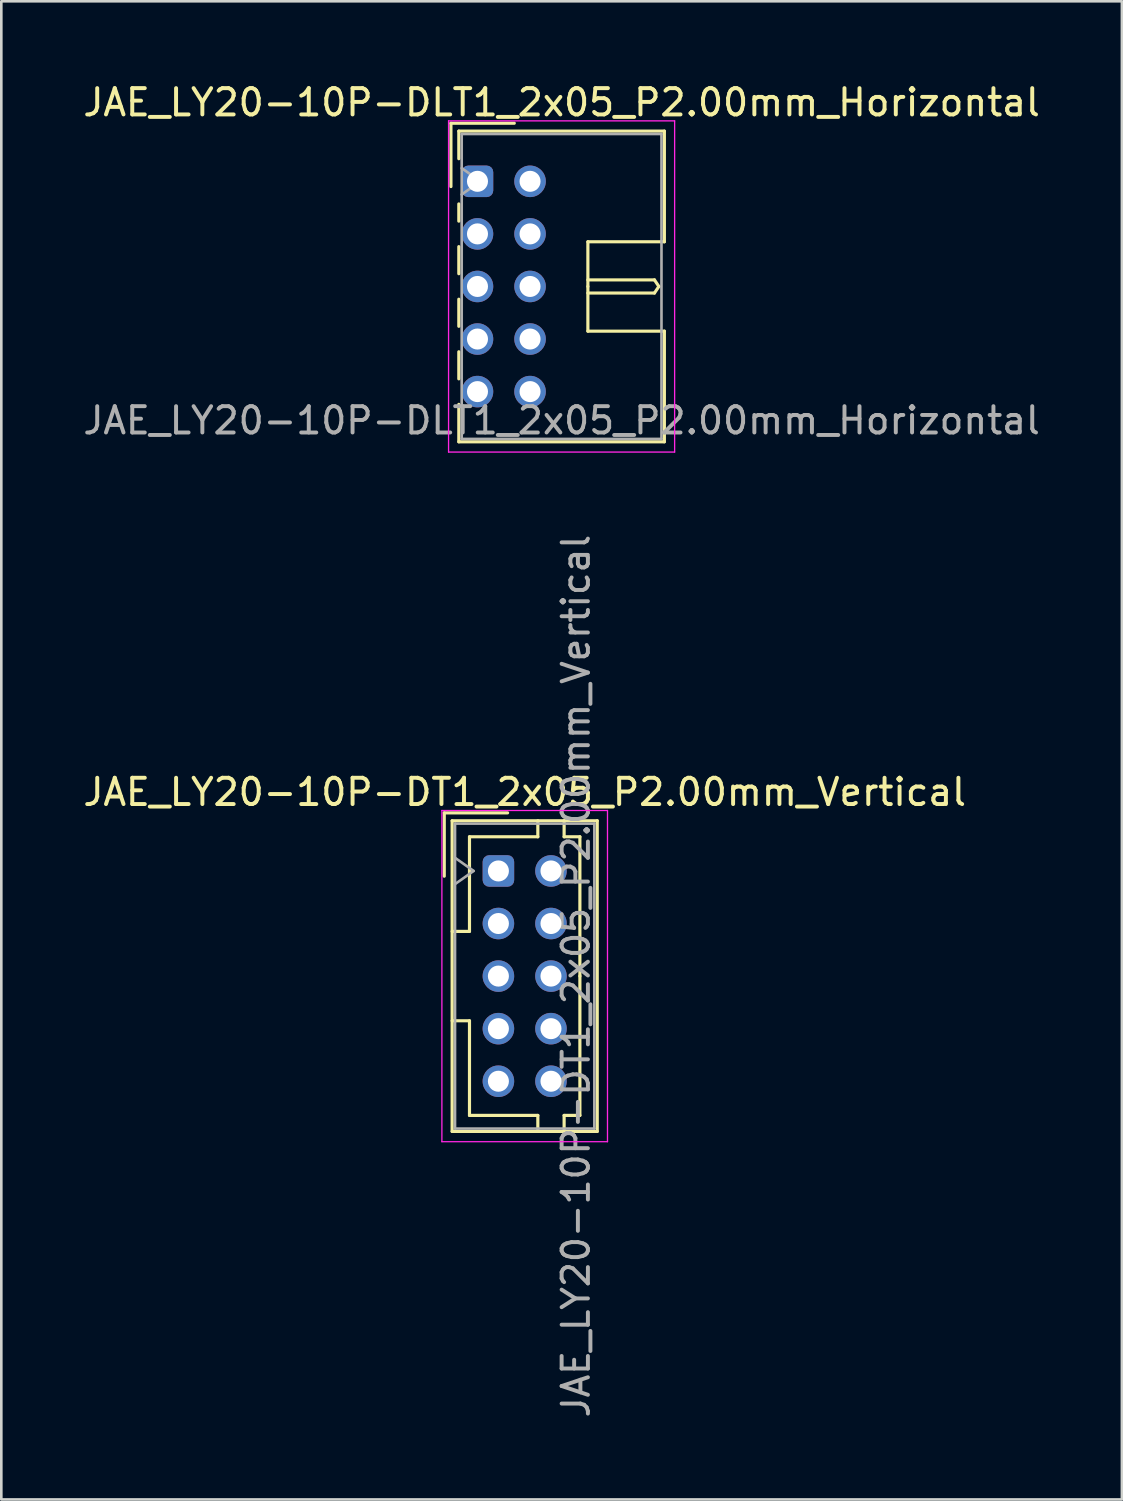
<source format=kicad_pcb>
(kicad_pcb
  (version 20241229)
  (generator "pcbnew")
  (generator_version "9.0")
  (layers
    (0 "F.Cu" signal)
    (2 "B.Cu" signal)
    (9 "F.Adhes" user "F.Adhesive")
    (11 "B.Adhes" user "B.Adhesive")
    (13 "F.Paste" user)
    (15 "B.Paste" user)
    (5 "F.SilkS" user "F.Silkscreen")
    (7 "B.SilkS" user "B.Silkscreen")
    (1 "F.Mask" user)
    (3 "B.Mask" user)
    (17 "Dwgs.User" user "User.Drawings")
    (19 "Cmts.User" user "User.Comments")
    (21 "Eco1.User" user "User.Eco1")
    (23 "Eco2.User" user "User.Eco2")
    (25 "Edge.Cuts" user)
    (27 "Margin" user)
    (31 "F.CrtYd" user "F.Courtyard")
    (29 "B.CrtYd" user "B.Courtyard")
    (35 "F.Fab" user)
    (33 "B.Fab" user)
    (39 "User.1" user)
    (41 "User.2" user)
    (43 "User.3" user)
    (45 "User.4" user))
  (footprint "JAE_LY20-10P-DLT1_2x05_P2.00mm_Horizontal"
    (layer "F.Cu")
    (at 15.115 3.848)
    (property "Reference" "JAE_LY20-10P-DLT1_2x05_P2.00mm_Horizontal" (at 3.2 -3 0) (layer "F.SilkS") (effects (font (size 1 1) (thickness 0.15))))
    (attr through_hole)
    (fp_line (start -1.01 -2.21) (end -1.01 0.2) (stroke (width 0.12) (type solid)) (layer "F.SilkS"))
    (fp_line (start -0.71 -1.91) (end -0.71 -0.86) (stroke (width 0.12) (type solid)) (layer "F.SilkS"))
    (fp_line (start -0.71 -1.91) (end 7.11 -1.91) (stroke (width 0.12) (type solid)) (layer "F.SilkS"))
    (fp_line (start -0.71 0.86) (end -0.71 1.515) (stroke (width 0.12) (type solid)) (layer "F.SilkS"))
    (fp_line (start -0.71 2.485) (end -0.71 3.515) (stroke (width 0.12) (type solid)) (layer "F.SilkS"))
    (fp_line (start -0.71 4.485) (end -0.71 5.515) (stroke (width 0.12) (type solid)) (layer "F.SilkS"))
    (fp_line (start -0.71 6.485) (end -0.71 7.515) (stroke (width 0.12) (type solid)) (layer "F.SilkS"))
    (fp_line (start -0.71 8.485) (end -0.71 9.91) (stroke (width 0.12) (type solid)) (layer "F.SilkS"))
    (fp_line (start -0.71 9.91) (end 7.11 9.91) (stroke (width 0.12) (type solid)) (layer "F.SilkS"))
    (fp_line (start 1.4 -2.21) (end -1.01 -2.21) (stroke (width 0.12) (type solid)) (layer "F.SilkS"))
    (fp_line (start 4.2 2.3) (end 4.2 4) (stroke (width 0.12) (type solid)) (layer "F.SilkS"))
    (fp_line (start 4.2 3.75) (end 6.733 3.75) (stroke (width 0.12) (type solid)) (layer "F.SilkS"))
    (fp_line (start 4.2 5.7) (end 4.2 4) (stroke (width 0.12) (type solid)) (layer "F.SilkS"))
    (fp_line (start 6.733 3.75) (end 6.9 4) (stroke (width 0.12) (type solid)) (layer "F.SilkS"))
    (fp_line (start 6.733 4.25) (end 4.2 4.25) (stroke (width 0.12) (type solid)) (layer "F.SilkS"))
    (fp_line (start 6.9 4) (end 6.733 4.25) (stroke (width 0.12) (type solid)) (layer "F.SilkS"))
    (fp_line (start 7.11 -1.91) (end 7.11 2.3) (stroke (width 0.12) (type solid)) (layer "F.SilkS"))
    (fp_line (start 7.11 2.3) (end 4.2 2.3) (stroke (width 0.12) (type solid)) (layer "F.SilkS"))
    (fp_line (start 7.11 5.7) (end 4.2 5.7) (stroke (width 0.12) (type solid)) (layer "F.SilkS"))
    (fp_line (start 7.11 9.91) (end 7.11 5.7) (stroke (width 0.12) (type solid)) (layer "F.SilkS"))
    (fp_line (start -1.1 -2.3) (end -1.1 10.3) (stroke (width 0.05) (type solid)) (layer "F.CrtYd"))
    (fp_line (start -1.1 10.3) (end 7.5 10.3) (stroke (width 0.05) (type solid)) (layer "F.CrtYd"))
    (fp_line (start 7.5 -2.3) (end -1.1 -2.3) (stroke (width 0.05) (type solid)) (layer "F.CrtYd"))
    (fp_line (start 7.5 10.3) (end 7.5 -2.3) (stroke (width 0.05) (type solid)) (layer "F.CrtYd"))
    (fp_line (start -0.6 -1.8) (end -0.6 9.8) (stroke (width 0.1) (type solid)) (layer "F.Fab"))
    (fp_line (start -0.6 0.5) (end 0.107 0) (stroke (width 0.1) (type solid)) (layer "F.Fab"))
    (fp_line (start -0.6 9.8) (end 7 9.8) (stroke (width 0.1) (type solid)) (layer "F.Fab"))
    (fp_line (start 0.107 0) (end -0.6 -0.5) (stroke (width 0.1) (type solid)) (layer "F.Fab"))
    (fp_line (start 7 -1.8) (end -0.6 -1.8) (stroke (width 0.1) (type solid)) (layer "F.Fab"))
    (fp_line (start 7 9.8) (end 7 -1.8) (stroke (width 0.1) (type solid)) (layer "F.Fab"))
    (fp_text user "${REFERENCE}" (at 3.2 9.1 0) (layer "F.Fab") (effects (font (size 1 1) (thickness 0.15))))
    (pad "a1" thru_hole roundrect (at 0 0) (size 1.2 1.2) (drill 0.8) (layers "*.Cu" "*.Mask") (roundrect_rratio 0.208))
    (pad "a2" thru_hole circle (at 0 2) (size 1.2 1.2) (drill 0.8) (layers "*.Cu" "*.Mask"))
    (pad "a3" thru_hole circle (at 0 4) (size 1.2 1.2) (drill 0.8) (layers "*.Cu" "*.Mask"))
    (pad "a4" thru_hole circle (at 0 6) (size 1.2 1.2) (drill 0.8) (layers "*.Cu" "*.Mask"))
    (pad "a5" thru_hole circle (at 0 8) (size 1.2 1.2) (drill 0.8) (layers "*.Cu" "*.Mask"))
    (pad "b1" thru_hole circle (at 2 0) (size 1.2 1.2) (drill 0.8) (layers "*.Cu" "*.Mask"))
    (pad "b2" thru_hole circle (at 2 2) (size 1.2 1.2) (drill 0.8) (layers "*.Cu" "*.Mask"))
    (pad "b3" thru_hole circle (at 2 4) (size 1.2 1.2) (drill 0.8) (layers "*.Cu" "*.Mask"))
    (pad "b4" thru_hole circle (at 2 6) (size 1.2 1.2) (drill 0.8) (layers "*.Cu" "*.Mask"))
    (pad "b5" thru_hole circle (at 2 8) (size 1.2 1.2) (drill 0.8) (layers "*.Cu" "*.Mask")))
  (footprint "JAE_LY20-10P-DT1_2x05_P2.00mm_Vertical"
    (layer "F.Cu")
    (at 15.911 30.084)
    (property "Reference" "JAE_LY20-10P-DT1_2x05_P2.00mm_Vertical" (at 1 -3 0) (layer "F.SilkS") (effects (font (size 1 1) (thickness 0.15))))
    (attr through_hole)
    (fp_line (start -2.06 -2.21) (end -2.06 0.2) (stroke (width 0.12) (type solid)) (layer "F.SilkS"))
    (fp_line (start -1.76 -1.91) (end -1.76 9.91) (stroke (width 0.12) (type solid)) (layer "F.SilkS"))
    (fp_line (start -1.76 9.91) (end 3.76 9.91) (stroke (width 0.12) (type solid)) (layer "F.SilkS"))
    (fp_line (start -1.1 -1.3) (end -1.1 2.3) (stroke (width 0.12) (type solid)) (layer "F.SilkS"))
    (fp_line (start -1.1 2.3) (end -1.76 2.3) (stroke (width 0.12) (type solid)) (layer "F.SilkS"))
    (fp_line (start -1.1 5.7) (end -1.76 5.7) (stroke (width 0.12) (type solid)) (layer "F.SilkS"))
    (fp_line (start -1.1 9.3) (end -1.1 5.7) (stroke (width 0.12) (type solid)) (layer "F.SilkS"))
    (fp_line (start 0.35 -2.21) (end -2.06 -2.21) (stroke (width 0.12) (type solid)) (layer "F.SilkS"))
    (fp_line (start 1.5 -1.91) (end 1.5 -1.3) (stroke (width 0.12) (type solid)) (layer "F.SilkS"))
    (fp_line (start 1.5 -1.3) (end -1.1 -1.3) (stroke (width 0.12) (type solid)) (layer "F.SilkS"))
    (fp_line (start 1.5 9.3) (end -1.1 9.3) (stroke (width 0.12) (type solid)) (layer "F.SilkS"))
    (fp_line (start 1.5 9.91) (end 1.5 9.3) (stroke (width 0.12) (type solid)) (layer "F.SilkS"))
    (fp_line (start 2.5 -1.91) (end 2.5 -1.3) (stroke (width 0.12) (type solid)) (layer "F.SilkS"))
    (fp_line (start 2.5 -1.3) (end 3.1 -1.3) (stroke (width 0.12) (type solid)) (layer "F.SilkS"))
    (fp_line (start 2.5 9.3) (end 3.1 9.3) (stroke (width 0.12) (type solid)) (layer "F.SilkS"))
    (fp_line (start 2.5 9.91) (end 2.5 9.3) (stroke (width 0.12) (type solid)) (layer "F.SilkS"))
    (fp_line (start 3.1 -1.3) (end 3.1 4) (stroke (width 0.12) (type solid)) (layer "F.SilkS"))
    (fp_line (start 3.1 9.3) (end 3.1 4) (stroke (width 0.12) (type solid)) (layer "F.SilkS"))
    (fp_line (start 3.76 -1.91) (end -1.76 -1.91) (stroke (width 0.12) (type solid)) (layer "F.SilkS"))
    (fp_line (start 3.76 9.91) (end 3.76 -1.91) (stroke (width 0.12) (type solid)) (layer "F.SilkS"))
    (fp_line (start -2.15 -2.3) (end -2.15 10.3) (stroke (width 0.05) (type solid)) (layer "F.CrtYd"))
    (fp_line (start -2.15 10.3) (end 4.15 10.3) (stroke (width 0.05) (type solid)) (layer "F.CrtYd"))
    (fp_line (start 4.15 -2.3) (end -2.15 -2.3) (stroke (width 0.05) (type solid)) (layer "F.CrtYd"))
    (fp_line (start 4.15 10.3) (end 4.15 -2.3) (stroke (width 0.05) (type solid)) (layer "F.CrtYd"))
    (fp_line (start -1.65 -1.8) (end -1.65 9.8) (stroke (width 0.1) (type solid)) (layer "F.Fab"))
    (fp_line (start -1.65 0.5) (end -0.943 0) (stroke (width 0.1) (type solid)) (layer "F.Fab"))
    (fp_line (start -1.65 9.8) (end 3.65 9.8) (stroke (width 0.1) (type solid)) (layer "F.Fab"))
    (fp_line (start -0.943 0) (end -1.65 -0.5) (stroke (width 0.1) (type solid)) (layer "F.Fab"))
    (fp_line (start 3.65 -1.8) (end -1.65 -1.8) (stroke (width 0.1) (type solid)) (layer "F.Fab"))
    (fp_line (start 3.65 9.8) (end 3.65 -1.8) (stroke (width 0.1) (type solid)) (layer "F.Fab"))
    (fp_text user "${REFERENCE}" (at 2.95 4 90) (layer "F.Fab") (effects (font (size 1 1) (thickness 0.15))))
    (pad "a1" thru_hole roundrect (at 0 0) (size 1.2 1.2) (drill 0.8) (layers "*.Cu" "*.Mask") (roundrect_rratio 0.208))
    (pad "a2" thru_hole circle (at 0 2) (size 1.2 1.2) (drill 0.8) (layers "*.Cu" "*.Mask"))
    (pad "a3" thru_hole circle (at 0 4) (size 1.2 1.2) (drill 0.8) (layers "*.Cu" "*.Mask"))
    (pad "a4" thru_hole circle (at 0 6) (size 1.2 1.2) (drill 0.8) (layers "*.Cu" "*.Mask"))
    (pad "a5" thru_hole circle (at 0 8) (size 1.2 1.2) (drill 0.8) (layers "*.Cu" "*.Mask"))
    (pad "b1" thru_hole circle (at 2 0) (size 1.2 1.2) (drill 0.8) (layers "*.Cu" "*.Mask"))
    (pad "b2" thru_hole circle (at 2 2) (size 1.2 1.2) (drill 0.8) (layers "*.Cu" "*.Mask"))
    (pad "b3" thru_hole circle (at 2 4) (size 1.2 1.2) (drill 0.8) (layers "*.Cu" "*.Mask"))
    (pad "b4" thru_hole circle (at 2 6) (size 1.2 1.2) (drill 0.8) (layers "*.Cu" "*.Mask"))
    (pad "b5" thru_hole circle (at 2 8) (size 1.2 1.2) (drill 0.8) (layers "*.Cu" "*.Mask")))
  (gr_rect
    (start -3 -3)
    (end 39.631 53.995)
    (stroke (width 0.1) (type default))
    (fill no)
    (layer "Edge.Cuts")))
</source>
